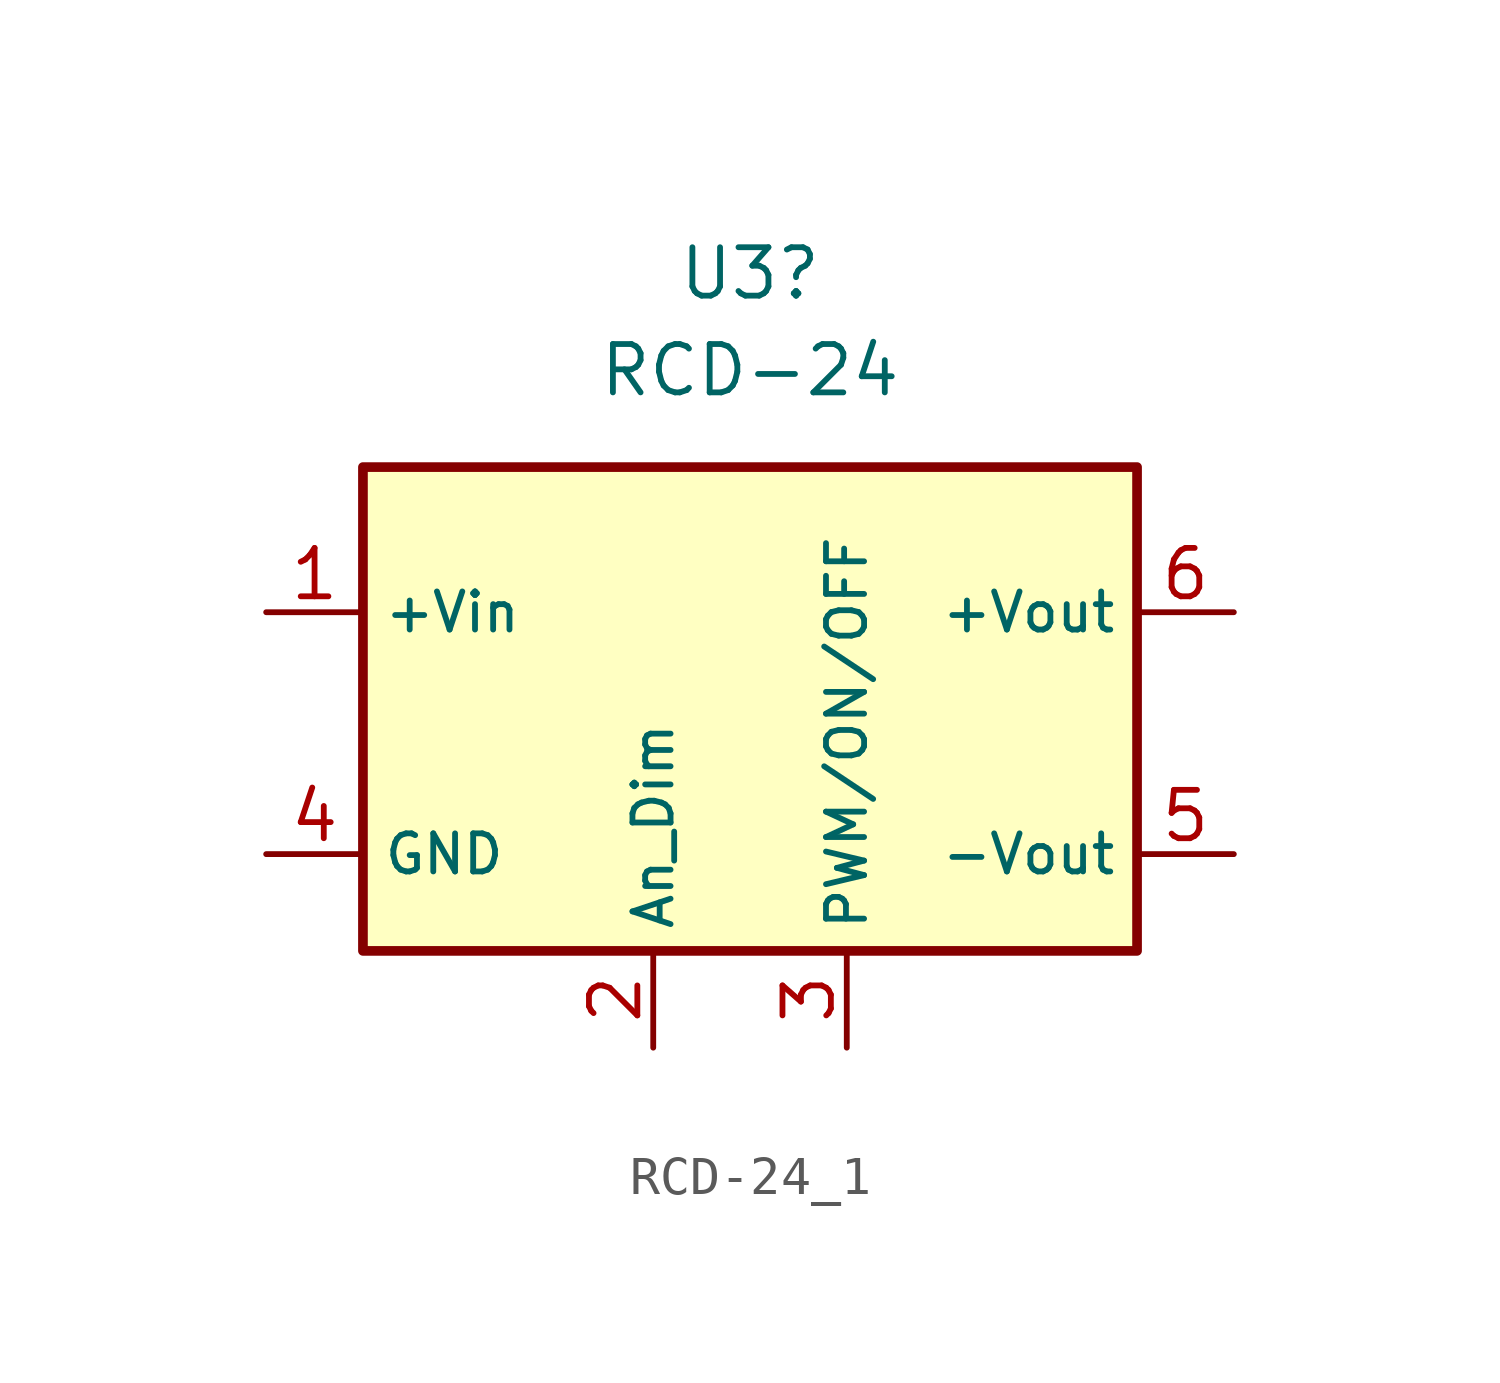
<source format=kicad_sym>
(kicad_symbol_lib
  (version 20220914)
  (generator kicad_symbol_editor)
  (symbol "RCD-24_1"
    (property "Reference" "U3"
      (at 0 10.16 0)
      (effects (font (size 1.27 1.27))))
    (property "Value" "RCD-24"
      (at 0 7.62 0)
      (effects (font (size 1.27 1.27))))
    (symbol "RCD-24_1_1_1"
      (rectangle (start -10.16 5.08) (end 10.16 -7.62) (stroke (width 0.254) (type default)) (fill (type background)))
      (pin power_in line (at -12.7 1.27 0) (length 2.54) (name "+Vin" (effects (font (size 1 1)))) (number "1" (effects (font (size 1.27 1.27)))))
      (pin passive line (at -2.54 -10.16 90) (length 2.54) (name "An_Dim" (effects (font (size 1 1)))) (number "2" (effects (font (size 1.27 1.27)))))
      (pin passive line (at 2.54 -10.16 90) (length 2.54) (name "PWM/ON/OFF" (effects (font (size 1 1)))) (number "3" (effects (font (size 1.27 1.27)))))
      (pin power_in line (at -12.7 -5.08 0) (length 2.54) (name "GND" (effects (font (size 1 1)))) (number "4" (effects (font (size 1.27 1.27)))))
      (pin power_out line (at 12.7 -5.08 180) (length 2.54) (name "-Vout" (effects (font (size 1 1)))) (number "5" (effects (font (size 1.27 1.27)))))
      (pin power_out line (at 12.7 1.27 180) (length 2.54) (name "+Vout" (effects (font (size 1 1)))) (number "6" (effects (font (size 1.27 1.27))))))))
</source>
